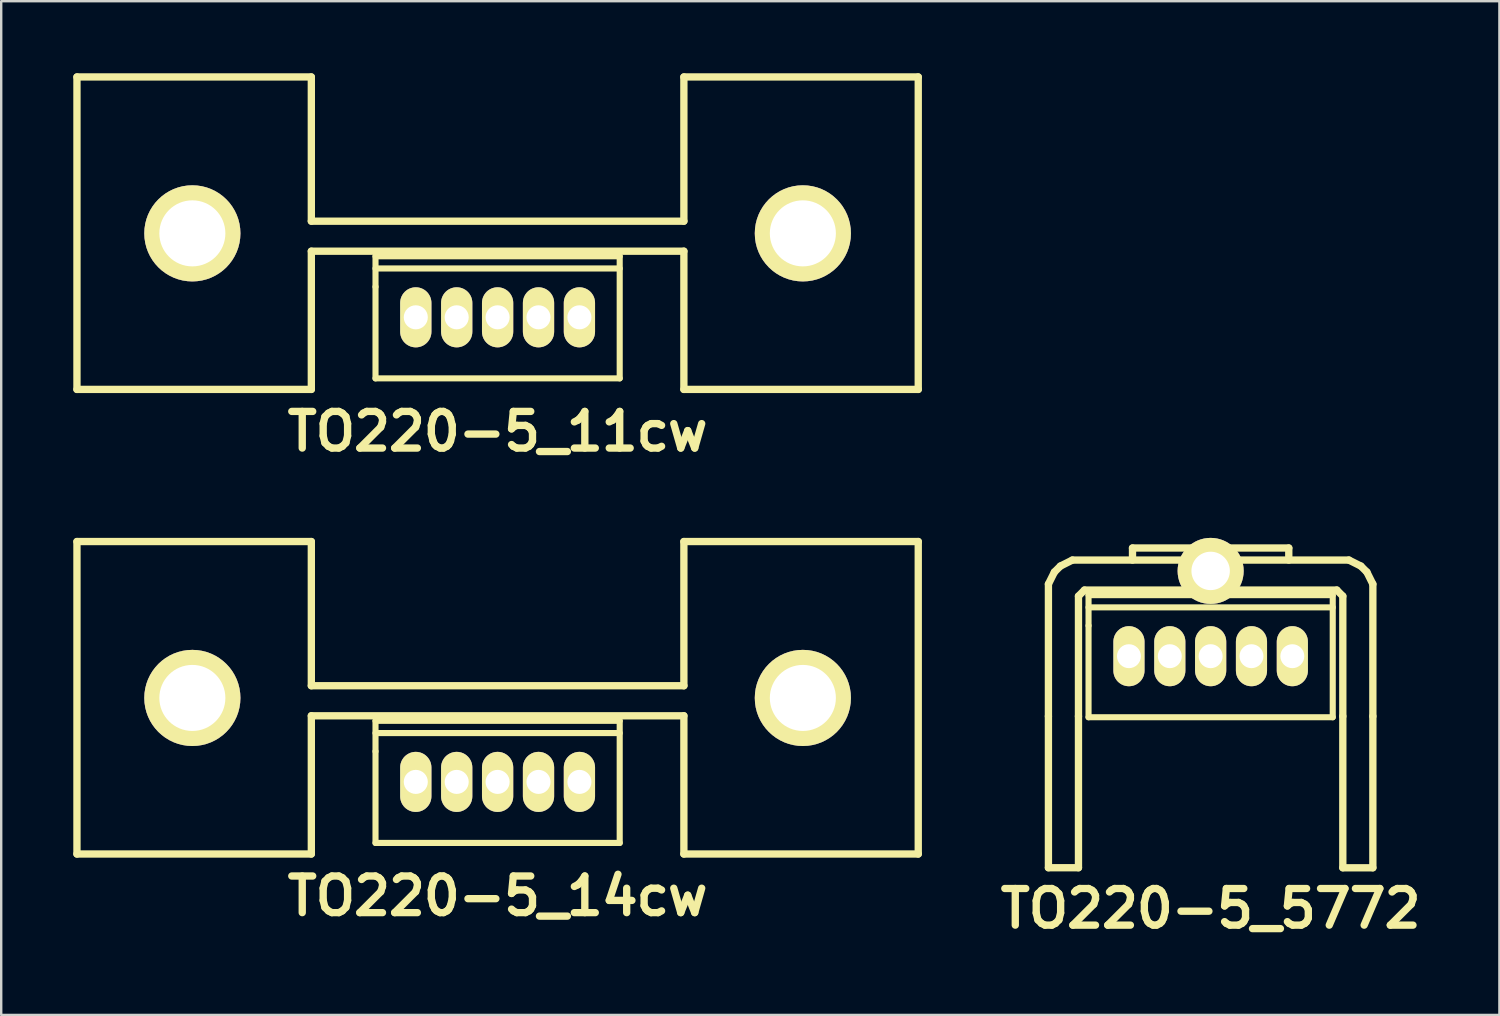
<source format=kicad_pcb>
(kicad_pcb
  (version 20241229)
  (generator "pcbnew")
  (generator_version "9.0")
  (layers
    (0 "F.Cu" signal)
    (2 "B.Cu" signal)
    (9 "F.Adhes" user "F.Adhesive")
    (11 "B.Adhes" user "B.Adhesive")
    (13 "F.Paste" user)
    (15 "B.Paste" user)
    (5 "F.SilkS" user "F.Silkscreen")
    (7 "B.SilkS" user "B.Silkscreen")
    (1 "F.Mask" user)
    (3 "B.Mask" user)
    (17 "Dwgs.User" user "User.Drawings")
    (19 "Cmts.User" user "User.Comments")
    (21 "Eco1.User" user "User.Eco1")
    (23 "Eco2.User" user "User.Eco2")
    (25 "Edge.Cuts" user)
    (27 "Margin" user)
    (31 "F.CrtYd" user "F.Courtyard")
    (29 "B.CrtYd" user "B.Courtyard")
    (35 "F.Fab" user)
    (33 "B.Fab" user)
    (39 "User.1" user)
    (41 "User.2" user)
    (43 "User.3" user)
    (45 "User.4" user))
  (footprint "TO220-5_11cw"
    (layer "F.Cu")
    (at 17.653 10.152)
    (property "Reference" "TO220-5_11cw" (at 0 4.75 0) (layer "F.SilkS") (effects (font (size 1.524 1.524) (thickness 0.305))))
    (attr through_hole)
    (fp_line (start -17.501 -10) (end -17.501 3) (stroke (width 0.305) (type solid)) (layer "F.SilkS"))
    (fp_line (start -17.501 3) (end -7.75 3) (stroke (width 0.305) (type solid)) (layer "F.SilkS"))
    (fp_line (start -7.75 -10) (end -17.501 -10) (stroke (width 0.305) (type solid)) (layer "F.SilkS"))
    (fp_line (start -7.75 -4) (end -7.75 -10) (stroke (width 0.305) (type solid)) (layer "F.SilkS"))
    (fp_line (start -7.75 -2.751) (end 7.75 -2.751) (stroke (width 0.305) (type solid)) (layer "F.SilkS"))
    (fp_line (start -7.75 3) (end -7.75 -2.751) (stroke (width 0.305) (type solid)) (layer "F.SilkS"))
    (fp_line (start -5.08 -2.54) (end -5.08 -1.27) (stroke (width 0.254) (type solid)) (layer "F.SilkS"))
    (fp_line (start -5.08 -2.032) (end 5.08 -2.032) (stroke (width 0.254) (type solid)) (layer "F.SilkS"))
    (fp_line (start -5.08 -1.27) (end -5.08 2.54) (stroke (width 0.254) (type solid)) (layer "F.SilkS"))
    (fp_line (start -5.08 2.54) (end 5.08 2.54) (stroke (width 0.254) (type solid)) (layer "F.SilkS"))
    (fp_line (start 5.08 -2.54) (end -5.08 -2.54) (stroke (width 0.254) (type solid)) (layer "F.SilkS"))
    (fp_line (start 5.08 2.54) (end 5.08 -2.54) (stroke (width 0.254) (type solid)) (layer "F.SilkS"))
    (fp_line (start 7.75 -10) (end 7.75 -4) (stroke (width 0.305) (type solid)) (layer "F.SilkS"))
    (fp_line (start 7.75 -4) (end -7.75 -4) (stroke (width 0.305) (type solid)) (layer "F.SilkS"))
    (fp_line (start 7.75 -2.751) (end 7.75 3) (stroke (width 0.305) (type solid)) (layer "F.SilkS"))
    (fp_line (start 7.75 3) (end 17.501 3) (stroke (width 0.305) (type solid)) (layer "F.SilkS"))
    (fp_line (start 17.501 -10) (end 7.75 -10) (stroke (width 0.305) (type solid)) (layer "F.SilkS"))
    (fp_line (start 17.501 3) (end 17.501 -10) (stroke (width 0.305) (type solid)) (layer "F.SilkS"))
    (pad "" thru_hole circle (at -12.7 -3.493) (size 4 4) (drill 2.748) (layers "*.Cu" "*.Mask" "F.SilkS"))
    (pad "" thru_hole circle (at 12.7 -3.493) (size 4 4) (drill 2.748) (layers "*.Cu" "*.Mask" "F.SilkS"))
    (pad "1" thru_hole oval (at -3.404 0) (size 1.3 2.499) (drill 1.001) (layers "*.Cu" "*.Mask" "F.SilkS"))
    (pad "2" thru_hole oval (at -1.702 0) (size 1.3 2.499) (drill 1.001) (layers "*.Cu" "*.Mask" "F.SilkS"))
    (pad "3" thru_hole oval (at 0 0) (size 1.3 2.499) (drill 1.001) (layers "*.Cu" "*.Mask" "F.SilkS"))
    (pad "4" thru_hole oval (at 1.702 0) (size 1.3 2.499) (drill 1.001) (layers "*.Cu" "*.Mask" "F.SilkS"))
    (pad "5" thru_hole oval (at 3.404 0) (size 1.3 2.499) (drill 1.001) (layers "*.Cu" "*.Mask" "F.SilkS")))
  (footprint "TO220-5_5772"
    (layer "F.Cu")
    (at 47.319 24.251)
    (property "Reference" "TO220-5_5772" (at 0 10.5 0) (layer "F.SilkS") (effects (font (size 1.524 1.524) (thickness 0.305))))
    (attr through_hole)
    (fp_line (start -6.749 -3) (end -6.5 -3.5) (stroke (width 0.305) (type solid)) (layer "F.SilkS"))
    (fp_line (start -6.749 2.499) (end -6.749 -3) (stroke (width 0.305) (type solid)) (layer "F.SilkS"))
    (fp_line (start -6.749 2.499) (end -6.749 8.801) (stroke (width 0.305) (type solid)) (layer "F.SilkS"))
    (fp_line (start -6.5 -3.5) (end -6.251 -3.749) (stroke (width 0.305) (type solid)) (layer "F.SilkS"))
    (fp_line (start -6.251 -3.749) (end -5.751 -4) (stroke (width 0.305) (type solid)) (layer "F.SilkS"))
    (fp_line (start -5.499 -2.499) (end -5.25 -2.751) (stroke (width 0.305) (type solid)) (layer "F.SilkS"))
    (fp_line (start -5.499 2.499) (end -5.499 -2.499) (stroke (width 0.305) (type solid)) (layer "F.SilkS"))
    (fp_line (start -5.499 8.801) (end -6.749 8.801) (stroke (width 0.305) (type solid)) (layer "F.SilkS"))
    (fp_line (start -5.499 8.801) (end -5.499 2.499) (stroke (width 0.305) (type solid)) (layer "F.SilkS"))
    (fp_line (start -5.25 -2.751) (end 5.25 -2.751) (stroke (width 0.305) (type solid)) (layer "F.SilkS"))
    (fp_line (start -5.08 -2.54) (end -5.08 -1.27) (stroke (width 0.254) (type solid)) (layer "F.SilkS"))
    (fp_line (start -5.08 -2.032) (end 5.08 -2.032) (stroke (width 0.254) (type solid)) (layer "F.SilkS"))
    (fp_line (start -5.08 -1.27) (end -5.08 2.54) (stroke (width 0.254) (type solid)) (layer "F.SilkS"))
    (fp_line (start -5.08 2.54) (end 5.08 2.54) (stroke (width 0.254) (type solid)) (layer "F.SilkS"))
    (fp_line (start -3.251 -4.501) (end 3.251 -4.501) (stroke (width 0.305) (type solid)) (layer "F.SilkS"))
    (fp_line (start -3.251 -4) (end -3.251 -4.501) (stroke (width 0.305) (type solid)) (layer "F.SilkS"))
    (fp_line (start 3.251 -4.501) (end 3.251 -4) (stroke (width 0.305) (type solid)) (layer "F.SilkS"))
    (fp_line (start 5.08 -2.54) (end -5.08 -2.54) (stroke (width 0.254) (type solid)) (layer "F.SilkS"))
    (fp_line (start 5.08 2.54) (end 5.08 -2.54) (stroke (width 0.254) (type solid)) (layer "F.SilkS"))
    (fp_line (start 5.25 -2.751) (end 5.499 -2.499) (stroke (width 0.305) (type solid)) (layer "F.SilkS"))
    (fp_line (start 5.499 2.499) (end 5.499 -2.499) (stroke (width 0.305) (type solid)) (layer "F.SilkS"))
    (fp_line (start 5.499 8.801) (end 5.499 2.499) (stroke (width 0.305) (type solid)) (layer "F.SilkS"))
    (fp_line (start 5.751 -4) (end -5.751 -4) (stroke (width 0.305) (type solid)) (layer "F.SilkS"))
    (fp_line (start 5.751 -4) (end 6.251 -3.749) (stroke (width 0.305) (type solid)) (layer "F.SilkS"))
    (fp_line (start 6.251 -3.749) (end 6.5 -3.5) (stroke (width 0.305) (type solid)) (layer "F.SilkS"))
    (fp_line (start 6.5 -3.5) (end 6.749 -3) (stroke (width 0.305) (type solid)) (layer "F.SilkS"))
    (fp_line (start 6.749 2.499) (end 6.749 -3) (stroke (width 0.305) (type solid)) (layer "F.SilkS"))
    (fp_line (start 6.749 2.499) (end 6.749 8.801) (stroke (width 0.305) (type solid)) (layer "F.SilkS"))
    (fp_line (start 6.749 8.804) (end 5.499 8.804) (stroke (width 0.305) (type solid)) (layer "F.SilkS"))
    (pad "" thru_hole circle (at 0 -3.548) (size 2.748 2.748) (drill 1.598) (layers "*.Cu" "*.Mask" "F.SilkS"))
    (pad "1" thru_hole oval (at -3.399 0) (size 1.295 2.499) (drill 0.996) (layers "*.Cu" "*.Mask" "F.SilkS"))
    (pad "2" thru_hole oval (at -1.699 0) (size 1.295 2.499) (drill 0.996) (layers "*.Cu" "*.Mask" "F.SilkS"))
    (pad "3" thru_hole oval (at 0 0) (size 1.298 2.499) (drill 0.998) (layers "*.Cu" "*.Mask" "F.SilkS"))
    (pad "4" thru_hole oval (at 1.699 0) (size 1.295 2.499) (drill 0.996) (layers "*.Cu" "*.Mask" "F.SilkS"))
    (pad "5" thru_hole oval (at 3.399 0) (size 1.295 2.499) (drill 0.996) (layers "*.Cu" "*.Mask" "F.SilkS")))
  (footprint "TO220-5_14cw"
    (layer "F.Cu")
    (at 17.653 29.481)
    (property "Reference" "TO220-5_14cw" (at 0 4.75 0) (layer "F.SilkS") (effects (font (size 1.524 1.524) (thickness 0.305))))
    (attr through_hole)
    (fp_line (start -17.501 -10) (end -17.501 3) (stroke (width 0.305) (type solid)) (layer "F.SilkS"))
    (fp_line (start -17.501 3) (end -7.75 3) (stroke (width 0.305) (type solid)) (layer "F.SilkS"))
    (fp_line (start -7.75 -10) (end -17.501 -10) (stroke (width 0.305) (type solid)) (layer "F.SilkS"))
    (fp_line (start -7.75 -4) (end -7.75 -10) (stroke (width 0.305) (type solid)) (layer "F.SilkS"))
    (fp_line (start -7.75 -2.751) (end 7.75 -2.751) (stroke (width 0.305) (type solid)) (layer "F.SilkS"))
    (fp_line (start -7.75 3) (end -7.75 -2.751) (stroke (width 0.305) (type solid)) (layer "F.SilkS"))
    (fp_line (start -5.08 -2.54) (end -5.08 -1.27) (stroke (width 0.254) (type solid)) (layer "F.SilkS"))
    (fp_line (start -5.08 -2.032) (end 5.08 -2.032) (stroke (width 0.254) (type solid)) (layer "F.SilkS"))
    (fp_line (start -5.08 -1.27) (end -5.08 2.54) (stroke (width 0.254) (type solid)) (layer "F.SilkS"))
    (fp_line (start -5.08 2.54) (end 5.08 2.54) (stroke (width 0.254) (type solid)) (layer "F.SilkS"))
    (fp_line (start 5.08 -2.54) (end -5.08 -2.54) (stroke (width 0.254) (type solid)) (layer "F.SilkS"))
    (fp_line (start 5.08 2.54) (end 5.08 -2.54) (stroke (width 0.254) (type solid)) (layer "F.SilkS"))
    (fp_line (start 7.75 -10) (end 7.75 -4) (stroke (width 0.305) (type solid)) (layer "F.SilkS"))
    (fp_line (start 7.75 -4) (end -7.75 -4) (stroke (width 0.305) (type solid)) (layer "F.SilkS"))
    (fp_line (start 7.75 -2.751) (end 7.75 3) (stroke (width 0.305) (type solid)) (layer "F.SilkS"))
    (fp_line (start 7.75 3) (end 17.501 3) (stroke (width 0.305) (type solid)) (layer "F.SilkS"))
    (fp_line (start 17.501 -10) (end 7.75 -10) (stroke (width 0.305) (type solid)) (layer "F.SilkS"))
    (fp_line (start 17.501 3) (end 17.501 -10) (stroke (width 0.305) (type solid)) (layer "F.SilkS"))
    (pad "" thru_hole circle (at -12.7 -3.493) (size 4 4) (drill 2.748) (layers "*.Cu" "*.Mask" "F.SilkS"))
    (pad "" thru_hole circle (at 12.7 -3.493) (size 4 4) (drill 2.748) (layers "*.Cu" "*.Mask" "F.SilkS"))
    (pad "1" thru_hole oval (at -3.404 0) (size 1.3 2.499) (drill 1.001) (layers "*.Cu" "*.Mask" "F.SilkS"))
    (pad "2" thru_hole oval (at -1.702 0) (size 1.3 2.499) (drill 1.001) (layers "*.Cu" "*.Mask" "F.SilkS"))
    (pad "3" thru_hole oval (at 0 0) (size 1.3 2.499) (drill 1.001) (layers "*.Cu" "*.Mask" "F.SilkS"))
    (pad "4" thru_hole oval (at 1.702 0) (size 1.3 2.499) (drill 1.001) (layers "*.Cu" "*.Mask" "F.SilkS"))
    (pad "5" thru_hole oval (at 3.404 0) (size 1.3 2.499) (drill 1.001) (layers "*.Cu" "*.Mask" "F.SilkS")))
  (gr_rect
    (start -3 -3)
    (end 59.333 39.178)
    (stroke (width 0.1) (type default))
    (fill no)
    (layer "Edge.Cuts")))
</source>
